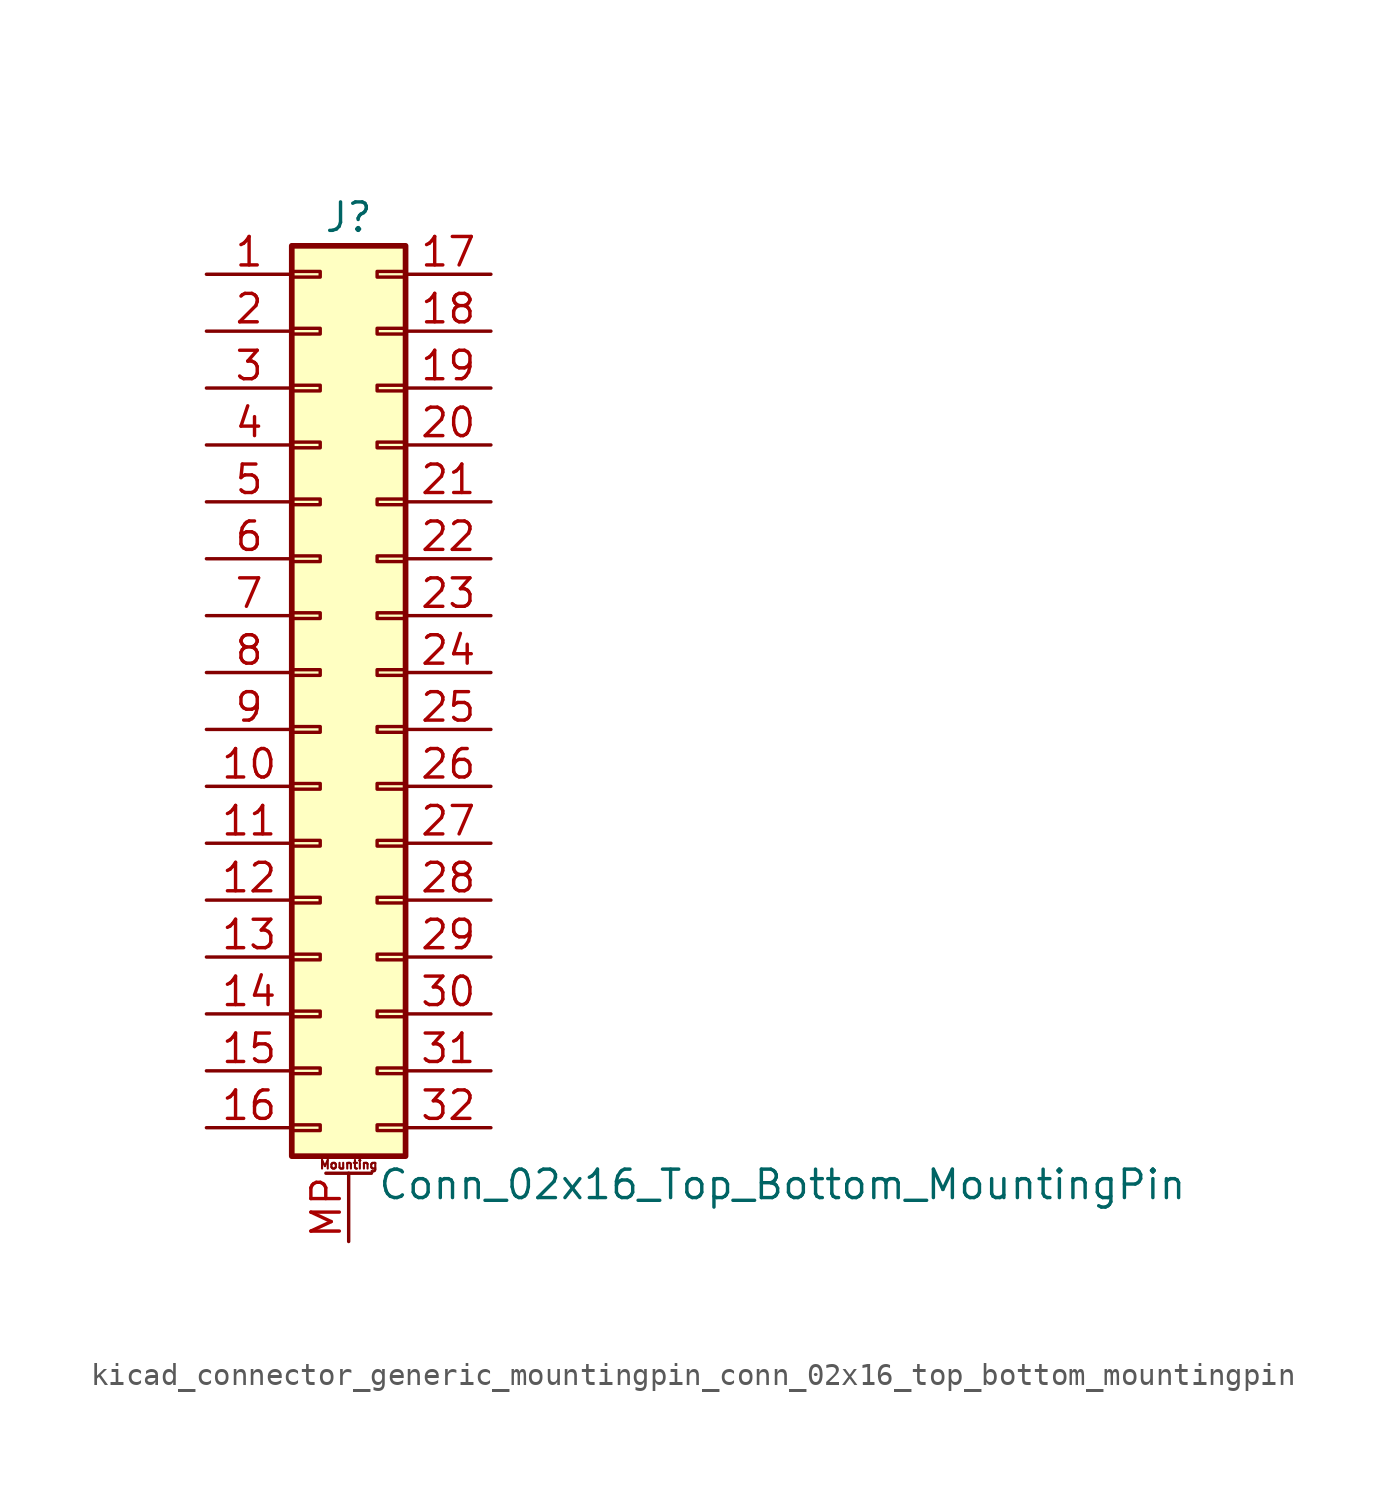
<source format=kicad_sym>
(kicad_symbol_lib
  (version 20220914)
  (generator kicad_symbol_editor)
  (symbol "kicad_connector_generic_mountingpin_conn_02x16_top_bottom_mountingpin"
    (pin_names
      (offset 1.016) hide)
    (property "Reference" "J"
      (at 1.27 20.32 0)
      (effects (font (size 1.27 1.27))))
    (property "Value" "Conn_02x16_Top_Bottom_MountingPin"
      (at 2.54 -22.86 0)
      (effects (font (size 1.27 1.27)) (justify left)))
    (symbol "kicad_connector_generic_mountingpin_conn_02x16_top_bottom_mountingpin_1_1"
      (rectangle (start -1.27 -20.193) (end 0 -20.447) (stroke (width 0.152) (type default)) (fill (type none)))
      (rectangle (start -1.27 -17.653) (end 0 -17.907) (stroke (width 0.152) (type default)) (fill (type none)))
      (rectangle (start -1.27 -15.113) (end 0 -15.367) (stroke (width 0.152) (type default)) (fill (type none)))
      (rectangle (start -1.27 -12.573) (end 0 -12.827) (stroke (width 0.152) (type default)) (fill (type none)))
      (rectangle (start -1.27 -10.033) (end 0 -10.287) (stroke (width 0.152) (type default)) (fill (type none)))
      (rectangle (start -1.27 -7.493) (end 0 -7.747) (stroke (width 0.152) (type default)) (fill (type none)))
      (rectangle (start -1.27 -4.953) (end 0 -5.207) (stroke (width 0.152) (type default)) (fill (type none)))
      (rectangle (start -1.27 -2.413) (end 0 -2.667) (stroke (width 0.152) (type default)) (fill (type none)))
      (rectangle (start -1.27 0.127) (end 0 -0.127) (stroke (width 0.152) (type default)) (fill (type none)))
      (rectangle (start -1.27 2.667) (end 0 2.413) (stroke (width 0.152) (type default)) (fill (type none)))
      (rectangle (start -1.27 5.207) (end 0 4.953) (stroke (width 0.152) (type default)) (fill (type none)))
      (rectangle (start -1.27 7.747) (end 0 7.493) (stroke (width 0.152) (type default)) (fill (type none)))
      (rectangle (start -1.27 10.287) (end 0 10.033) (stroke (width 0.152) (type default)) (fill (type none)))
      (rectangle (start -1.27 12.827) (end 0 12.573) (stroke (width 0.152) (type default)) (fill (type none)))
      (rectangle (start -1.27 15.367) (end 0 15.113) (stroke (width 0.152) (type default)) (fill (type none)))
      (rectangle (start -1.27 17.907) (end 0 17.653) (stroke (width 0.152) (type default)) (fill (type none)))
      (rectangle (start -1.27 19.05) (end 3.81 -21.59) (stroke (width 0.254) (type default)) (fill (type background)))
      (polyline (pts (xy 0.254 -22.352) (xy 2.286 -22.352)) (stroke (width 0.152) (type default)) (fill (type none)))
      (rectangle (start 3.81 -20.193) (end 2.54 -20.447) (stroke (width 0.152) (type default)) (fill (type none)))
      (rectangle (start 3.81 -17.653) (end 2.54 -17.907) (stroke (width 0.152) (type default)) (fill (type none)))
      (rectangle (start 3.81 -15.113) (end 2.54 -15.367) (stroke (width 0.152) (type default)) (fill (type none)))
      (rectangle (start 3.81 -12.573) (end 2.54 -12.827) (stroke (width 0.152) (type default)) (fill (type none)))
      (rectangle (start 3.81 -10.033) (end 2.54 -10.287) (stroke (width 0.152) (type default)) (fill (type none)))
      (rectangle (start 3.81 -7.493) (end 2.54 -7.747) (stroke (width 0.152) (type default)) (fill (type none)))
      (rectangle (start 3.81 -4.953) (end 2.54 -5.207) (stroke (width 0.152) (type default)) (fill (type none)))
      (rectangle (start 3.81 -2.413) (end 2.54 -2.667) (stroke (width 0.152) (type default)) (fill (type none)))
      (rectangle (start 3.81 0.127) (end 2.54 -0.127) (stroke (width 0.152) (type default)) (fill (type none)))
      (rectangle (start 3.81 2.667) (end 2.54 2.413) (stroke (width 0.152) (type default)) (fill (type none)))
      (rectangle (start 3.81 5.207) (end 2.54 4.953) (stroke (width 0.152) (type default)) (fill (type none)))
      (rectangle (start 3.81 7.747) (end 2.54 7.493) (stroke (width 0.152) (type default)) (fill (type none)))
      (rectangle (start 3.81 10.287) (end 2.54 10.033) (stroke (width 0.152) (type default)) (fill (type none)))
      (rectangle (start 3.81 12.827) (end 2.54 12.573) (stroke (width 0.152) (type default)) (fill (type none)))
      (rectangle (start 3.81 15.367) (end 2.54 15.113) (stroke (width 0.152) (type default)) (fill (type none)))
      (rectangle (start 3.81 17.907) (end 2.54 17.653) (stroke (width 0.152) (type default)) (fill (type none)))
      (text "Mounting" (at 1.27 -21.971 0) (effects (font (size 0.381 0.381))))
      (pin passive line (at -5.08 17.78 0) (length 3.81) (name "Pin_1" (effects (font (size 1.27 1.27)))) (number "1" (effects (font (size 1.27 1.27)))))
      (pin passive line (at -5.08 -5.08 0) (length 3.81) (name "Pin_10" (effects (font (size 1.27 1.27)))) (number "10" (effects (font (size 1.27 1.27)))))
      (pin passive line (at -5.08 -7.62 0) (length 3.81) (name "Pin_11" (effects (font (size 1.27 1.27)))) (number "11" (effects (font (size 1.27 1.27)))))
      (pin passive line (at -5.08 -10.16 0) (length 3.81) (name "Pin_12" (effects (font (size 1.27 1.27)))) (number "12" (effects (font (size 1.27 1.27)))))
      (pin passive line (at -5.08 -12.7 0) (length 3.81) (name "Pin_13" (effects (font (size 1.27 1.27)))) (number "13" (effects (font (size 1.27 1.27)))))
      (pin passive line (at -5.08 -15.24 0) (length 3.81) (name "Pin_14" (effects (font (size 1.27 1.27)))) (number "14" (effects (font (size 1.27 1.27)))))
      (pin passive line (at -5.08 -17.78 0) (length 3.81) (name "Pin_15" (effects (font (size 1.27 1.27)))) (number "15" (effects (font (size 1.27 1.27)))))
      (pin passive line (at -5.08 -20.32 0) (length 3.81) (name "Pin_16" (effects (font (size 1.27 1.27)))) (number "16" (effects (font (size 1.27 1.27)))))
      (pin passive line (at 7.62 17.78 180) (length 3.81) (name "Pin_17" (effects (font (size 1.27 1.27)))) (number "17" (effects (font (size 1.27 1.27)))))
      (pin passive line (at 7.62 15.24 180) (length 3.81) (name "Pin_18" (effects (font (size 1.27 1.27)))) (number "18" (effects (font (size 1.27 1.27)))))
      (pin passive line (at 7.62 12.7 180) (length 3.81) (name "Pin_19" (effects (font (size 1.27 1.27)))) (number "19" (effects (font (size 1.27 1.27)))))
      (pin passive line (at -5.08 15.24 0) (length 3.81) (name "Pin_2" (effects (font (size 1.27 1.27)))) (number "2" (effects (font (size 1.27 1.27)))))
      (pin passive line (at 7.62 10.16 180) (length 3.81) (name "Pin_20" (effects (font (size 1.27 1.27)))) (number "20" (effects (font (size 1.27 1.27)))))
      (pin passive line (at 7.62 7.62 180) (length 3.81) (name "Pin_21" (effects (font (size 1.27 1.27)))) (number "21" (effects (font (size 1.27 1.27)))))
      (pin passive line (at 7.62 5.08 180) (length 3.81) (name "Pin_22" (effects (font (size 1.27 1.27)))) (number "22" (effects (font (size 1.27 1.27)))))
      (pin passive line (at 7.62 2.54 180) (length 3.81) (name "Pin_23" (effects (font (size 1.27 1.27)))) (number "23" (effects (font (size 1.27 1.27)))))
      (pin passive line (at 7.62 0 180) (length 3.81) (name "Pin_24" (effects (font (size 1.27 1.27)))) (number "24" (effects (font (size 1.27 1.27)))))
      (pin passive line (at 7.62 -2.54 180) (length 3.81) (name "Pin_25" (effects (font (size 1.27 1.27)))) (number "25" (effects (font (size 1.27 1.27)))))
      (pin passive line (at 7.62 -5.08 180) (length 3.81) (name "Pin_26" (effects (font (size 1.27 1.27)))) (number "26" (effects (font (size 1.27 1.27)))))
      (pin passive line (at 7.62 -7.62 180) (length 3.81) (name "Pin_27" (effects (font (size 1.27 1.27)))) (number "27" (effects (font (size 1.27 1.27)))))
      (pin passive line (at 7.62 -10.16 180) (length 3.81) (name "Pin_28" (effects (font (size 1.27 1.27)))) (number "28" (effects (font (size 1.27 1.27)))))
      (pin passive line (at 7.62 -12.7 180) (length 3.81) (name "Pin_29" (effects (font (size 1.27 1.27)))) (number "29" (effects (font (size 1.27 1.27)))))
      (pin passive line (at -5.08 12.7 0) (length 3.81) (name "Pin_3" (effects (font (size 1.27 1.27)))) (number "3" (effects (font (size 1.27 1.27)))))
      (pin passive line (at 7.62 -15.24 180) (length 3.81) (name "Pin_30" (effects (font (size 1.27 1.27)))) (number "30" (effects (font (size 1.27 1.27)))))
      (pin passive line (at 7.62 -17.78 180) (length 3.81) (name "Pin_31" (effects (font (size 1.27 1.27)))) (number "31" (effects (font (size 1.27 1.27)))))
      (pin passive line (at 7.62 -20.32 180) (length 3.81) (name "Pin_32" (effects (font (size 1.27 1.27)))) (number "32" (effects (font (size 1.27 1.27)))))
      (pin passive line (at -5.08 10.16 0) (length 3.81) (name "Pin_4" (effects (font (size 1.27 1.27)))) (number "4" (effects (font (size 1.27 1.27)))))
      (pin passive line (at -5.08 7.62 0) (length 3.81) (name "Pin_5" (effects (font (size 1.27 1.27)))) (number "5" (effects (font (size 1.27 1.27)))))
      (pin passive line (at -5.08 5.08 0) (length 3.81) (name "Pin_6" (effects (font (size 1.27 1.27)))) (number "6" (effects (font (size 1.27 1.27)))))
      (pin passive line (at -5.08 2.54 0) (length 3.81) (name "Pin_7" (effects (font (size 1.27 1.27)))) (number "7" (effects (font (size 1.27 1.27)))))
      (pin passive line (at -5.08 0 0) (length 3.81) (name "Pin_8" (effects (font (size 1.27 1.27)))) (number "8" (effects (font (size 1.27 1.27)))))
      (pin passive line (at -5.08 -2.54 0) (length 3.81) (name "Pin_9" (effects (font (size 1.27 1.27)))) (number "9" (effects (font (size 1.27 1.27)))))
      (pin passive line (at 1.27 -25.4 90) (length 3.048) (name "MountPin" (effects (font (size 1.27 1.27)))) (number "MP" (effects (font (size 1.27 1.27))))))))
</source>
